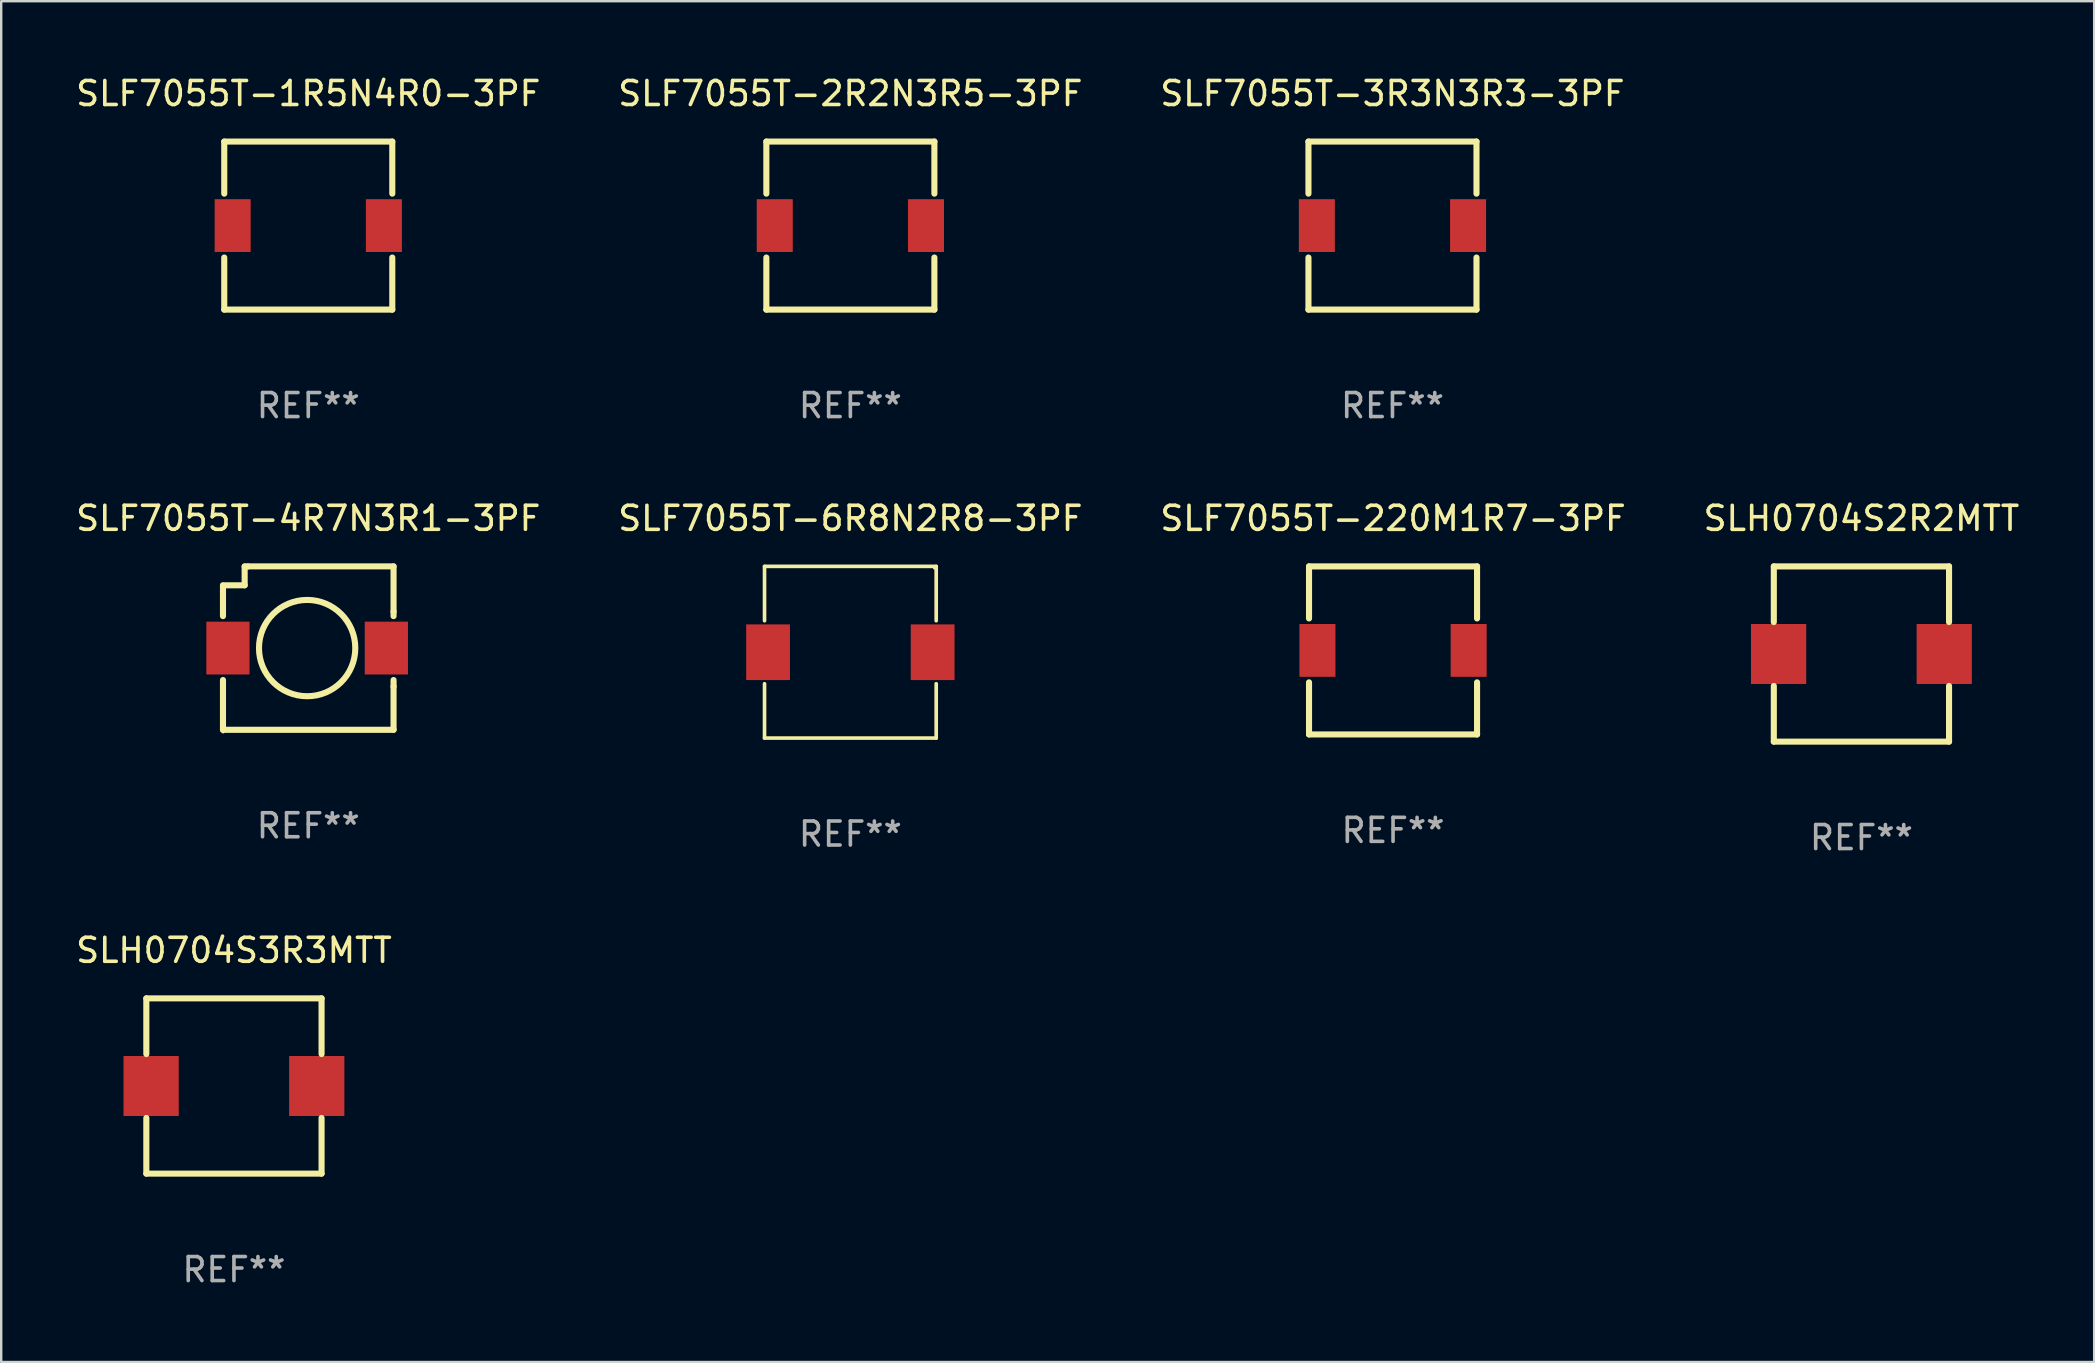
<source format=kicad_pcb>
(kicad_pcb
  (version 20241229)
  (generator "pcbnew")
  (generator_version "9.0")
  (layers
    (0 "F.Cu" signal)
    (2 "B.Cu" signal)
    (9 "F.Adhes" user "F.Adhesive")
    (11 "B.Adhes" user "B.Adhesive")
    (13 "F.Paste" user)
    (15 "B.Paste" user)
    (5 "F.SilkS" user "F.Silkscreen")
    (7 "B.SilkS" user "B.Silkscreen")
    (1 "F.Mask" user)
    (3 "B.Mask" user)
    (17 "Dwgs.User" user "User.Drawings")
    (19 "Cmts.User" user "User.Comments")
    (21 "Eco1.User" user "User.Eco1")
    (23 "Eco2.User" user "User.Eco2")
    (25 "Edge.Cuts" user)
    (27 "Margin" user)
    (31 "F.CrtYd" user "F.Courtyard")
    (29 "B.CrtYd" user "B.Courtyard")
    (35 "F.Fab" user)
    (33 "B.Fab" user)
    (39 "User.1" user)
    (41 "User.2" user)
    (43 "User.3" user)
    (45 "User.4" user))
  (footprint "SLF7055T-6R8N2R8-3PF"
    (layer "F.Cu")
    (at 32.375 24.121)
    (property "Reference" "SLF7055T-6R8N2R8-3PF" (at 0 -5.576 0) (layer "F.SilkS") (effects (font (size 1 1) (thickness 0.15))))
    (attr through_hole)
    (fp_line (start -3.576 -3.576) (end 3.576 -3.576) (stroke (width 0.152) (type solid)) (layer "F.SilkS"))
    (fp_line (start -3.576 -1.312) (end -3.576 -3.576) (stroke (width 0.152) (type solid)) (layer "F.SilkS"))
    (fp_line (start -3.576 1.312) (end -3.576 3.576) (stroke (width 0.152) (type solid)) (layer "F.SilkS"))
    (fp_line (start -3.576 3.576) (end 3.576 3.576) (stroke (width 0.152) (type solid)) (layer "F.SilkS"))
    (fp_line (start 3.576 -3.576) (end 3.576 -1.312) (stroke (width 0.152) (type solid)) (layer "F.SilkS"))
    (fp_line (start 3.576 3.576) (end 3.576 1.312) (stroke (width 0.152) (type solid)) (layer "F.SilkS"))
    (fp_circle (center 3.5 -3.5) (end 3.53 -3.5) (stroke (width 0.06) (type solid)) (fill no) (layer "F.SilkS"))
    (fp_text user "REF**" (at 0 7.576 0) (layer "F.Fab") (effects (font (size 1 1) (thickness 0.15))))
    (pad "1" smd rect (at 3.428 0) (size 1.824 2.32) (layers "F.Cu" "F.Mask" "F.Paste"))
    (pad "2" smd rect (at -3.428 0) (size 1.824 2.32) (layers "F.Cu" "F.Mask" "F.Paste")))
  (footprint "SLH0704S3R3MTT"
    (layer "F.Cu")
    (at 6.696 42.191)
    (property "Reference" "SLH0704S3R3MTT" (at 0 -5.65 0) (layer "F.SilkS") (effects (font (size 1 1) (thickness 0.15))))
    (attr through_hole)
    (fp_line (start -3.65 -3.65) (end 3.65 -3.65) (stroke (width 0.254) (type solid)) (layer "F.SilkS"))
    (fp_line (start -3.65 -1.331) (end -3.65 -3.65) (stroke (width 0.254) (type solid)) (layer "F.SilkS"))
    (fp_line (start -3.65 3.65) (end -3.65 1.331) (stroke (width 0.254) (type solid)) (layer "F.SilkS"))
    (fp_line (start 3.65 -3.65) (end 3.65 -1.331) (stroke (width 0.254) (type solid)) (layer "F.SilkS"))
    (fp_line (start 3.65 1.331) (end 3.65 3.65) (stroke (width 0.254) (type solid)) (layer "F.SilkS"))
    (fp_line (start 3.65 3.65) (end -3.65 3.65) (stroke (width 0.254) (type solid)) (layer "F.SilkS"))
    (fp_circle (center -3.65 3.65) (end -3.62 3.65) (stroke (width 0.06) (type solid)) (fill no) (layer "F.SilkS"))
    (fp_text user "REF**" (at 0 7.65 0) (layer "F.Fab") (effects (font (size 1 1) (thickness 0.15))))
    (pad "1" smd rect (at -3.45 0) (size 2.3 2.5) (layers "F.Cu" "F.Mask" "F.Paste"))
    (pad "2" smd rect (at 3.45 0) (size 2.3 2.5) (layers "F.Cu" "F.Mask" "F.Paste")))
  (footprint "SLF7055T-3R3N3R3-3PF"
    (layer "F.Cu")
    (at 54.958 6.348)
    (property "Reference" "SLF7055T-3R3N3R3-3PF" (at 0 -5.5 0) (layer "F.SilkS") (effects (font (size 1 1) (thickness 0.15))))
    (attr through_hole)
    (fp_line (start -3.5 -3.5) (end -3.5 -1.331) (stroke (width 0.254) (type solid)) (layer "F.SilkS"))
    (fp_line (start -3.5 -3.5) (end 3.5 -3.5) (stroke (width 0.254) (type solid)) (layer "F.SilkS"))
    (fp_line (start -3.5 1.331) (end -3.5 3.5) (stroke (width 0.254) (type solid)) (layer "F.SilkS"))
    (fp_line (start -3.5 3.5) (end 3.5 3.5) (stroke (width 0.254) (type solid)) (layer "F.SilkS"))
    (fp_line (start 3.5 -1.331) (end 3.5 -3.5) (stroke (width 0.254) (type solid)) (layer "F.SilkS"))
    (fp_line (start 3.5 3.5) (end 3.5 1.331) (stroke (width 0.254) (type solid)) (layer "F.SilkS"))
    (fp_circle (center -3.5 3.5) (end -3.47 3.5) (stroke (width 0.06) (type solid)) (fill no) (layer "F.SilkS"))
    (fp_text user "REF**" (at 0 7.5 0) (layer "F.Fab") (effects (font (size 1 1) (thickness 0.15))))
    (pad "1" smd rect (at -3.15 0 270) (size 2.2 1.5) (layers "F.Cu" "F.Mask" "F.Paste"))
    (pad "2" smd rect (at 3.15 0 270) (size 2.2 1.5) (layers "F.Cu" "F.Mask" "F.Paste")))
  (footprint "SLH0704S2R2MTT"
    (layer "F.Cu")
    (at 74.494 24.195)
    (property "Reference" "SLH0704S2R2MTT" (at 0 -5.65 0) (layer "F.SilkS") (effects (font (size 1 1) (thickness 0.15))))
    (attr through_hole)
    (fp_line (start -3.65 -3.65) (end 3.65 -3.65) (stroke (width 0.254) (type solid)) (layer "F.SilkS"))
    (fp_line (start -3.65 -1.331) (end -3.65 -3.65) (stroke (width 0.254) (type solid)) (layer "F.SilkS"))
    (fp_line (start -3.65 3.65) (end -3.65 1.331) (stroke (width 0.254) (type solid)) (layer "F.SilkS"))
    (fp_line (start 3.65 -3.65) (end 3.65 -1.331) (stroke (width 0.254) (type solid)) (layer "F.SilkS"))
    (fp_line (start 3.65 1.331) (end 3.65 3.65) (stroke (width 0.254) (type solid)) (layer "F.SilkS"))
    (fp_line (start 3.65 3.65) (end -3.65 3.65) (stroke (width 0.254) (type solid)) (layer "F.SilkS"))
    (fp_circle (center -3.65 3.65) (end -3.62 3.65) (stroke (width 0.06) (type solid)) (fill no) (layer "F.SilkS"))
    (fp_text user "REF**" (at 0 7.65 0) (layer "F.Fab") (effects (font (size 1 1) (thickness 0.15))))
    (pad "1" smd rect (at -3.45 0) (size 2.3 2.5) (layers "F.Cu" "F.Mask" "F.Paste"))
    (pad "2" smd rect (at 3.45 0) (size 2.3 2.5) (layers "F.Cu" "F.Mask" "F.Paste")))
  (footprint "SLF7055T-220M1R7-3PF"
    (layer "F.Cu")
    (at 54.982 24.045)
    (property "Reference" "SLF7055T-220M1R7-3PF" (at 0 -5.5 0) (layer "F.SilkS") (effects (font (size 1 1) (thickness 0.15))))
    (attr through_hole)
    (fp_line (start -3.5 -3.5) (end -3.5 -1.331) (stroke (width 0.254) (type solid)) (layer "F.SilkS"))
    (fp_line (start -3.5 -3.5) (end 3.5 -3.5) (stroke (width 0.254) (type solid)) (layer "F.SilkS"))
    (fp_line (start -3.5 1.331) (end -3.5 3.5) (stroke (width 0.254) (type solid)) (layer "F.SilkS"))
    (fp_line (start -3.5 3.5) (end 3.5 3.5) (stroke (width 0.254) (type solid)) (layer "F.SilkS"))
    (fp_line (start 3.5 -1.331) (end 3.5 -3.5) (stroke (width 0.254) (type solid)) (layer "F.SilkS"))
    (fp_line (start 3.5 3.5) (end 3.5 1.331) (stroke (width 0.254) (type solid)) (layer "F.SilkS"))
    (fp_circle (center -3.5 3.5) (end -3.47 3.5) (stroke (width 0.06) (type solid)) (fill no) (layer "F.SilkS"))
    (fp_text user "REF**" (at 0 7.5 0) (layer "F.Fab") (effects (font (size 1 1) (thickness 0.15))))
    (pad "1" smd rect (at -3.15 0 270) (size 2.2 1.5) (layers "F.Cu" "F.Mask" "F.Paste"))
    (pad "2" smd rect (at 3.15 0 270) (size 2.2 1.5) (layers "F.Cu" "F.Mask" "F.Paste")))
  (footprint "SLF7055T-2R2N3R5-3PF"
    (layer "F.Cu")
    (at 32.375 6.348)
    (property "Reference" "SLF7055T-2R2N3R5-3PF" (at 0 -5.5 0) (layer "F.SilkS") (effects (font (size 1 1) (thickness 0.15))))
    (attr through_hole)
    (fp_line (start -3.5 -3.5) (end -3.5 -1.331) (stroke (width 0.254) (type solid)) (layer "F.SilkS"))
    (fp_line (start -3.5 -3.5) (end 3.5 -3.5) (stroke (width 0.254) (type solid)) (layer "F.SilkS"))
    (fp_line (start -3.5 1.331) (end -3.5 3.5) (stroke (width 0.254) (type solid)) (layer "F.SilkS"))
    (fp_line (start -3.5 3.5) (end 3.5 3.5) (stroke (width 0.254) (type solid)) (layer "F.SilkS"))
    (fp_line (start 3.5 -1.331) (end 3.5 -3.5) (stroke (width 0.254) (type solid)) (layer "F.SilkS"))
    (fp_line (start 3.5 3.5) (end 3.5 1.331) (stroke (width 0.254) (type solid)) (layer "F.SilkS"))
    (fp_circle (center -3.5 3.5) (end -3.47 3.5) (stroke (width 0.06) (type solid)) (fill no) (layer "F.SilkS"))
    (fp_text user "REF**" (at 0 7.5 0) (layer "F.Fab") (effects (font (size 1 1) (thickness 0.15))))
    (pad "1" smd rect (at -3.15 0 270) (size 2.2 1.5) (layers "F.Cu" "F.Mask" "F.Paste"))
    (pad "2" smd rect (at 3.15 0 270) (size 2.2 1.5) (layers "F.Cu" "F.Mask" "F.Paste")))
  (footprint "SLF7055T-1R5N4R0-3PF"
    (layer "F.Cu")
    (at 9.792 6.348)
    (property "Reference" "SLF7055T-1R5N4R0-3PF" (at 0 -5.5 0) (layer "F.SilkS") (effects (font (size 1 1) (thickness 0.15))))
    (attr through_hole)
    (fp_line (start -3.5 -3.5) (end -3.5 -1.331) (stroke (width 0.254) (type solid)) (layer "F.SilkS"))
    (fp_line (start -3.5 -3.5) (end 3.5 -3.5) (stroke (width 0.254) (type solid)) (layer "F.SilkS"))
    (fp_line (start -3.5 1.331) (end -3.5 3.5) (stroke (width 0.254) (type solid)) (layer "F.SilkS"))
    (fp_line (start -3.5 3.5) (end 3.5 3.5) (stroke (width 0.254) (type solid)) (layer "F.SilkS"))
    (fp_line (start 3.5 -1.331) (end 3.5 -3.5) (stroke (width 0.254) (type solid)) (layer "F.SilkS"))
    (fp_line (start 3.5 3.5) (end 3.5 1.331) (stroke (width 0.254) (type solid)) (layer "F.SilkS"))
    (fp_circle (center -3.5 3.5) (end -3.47 3.5) (stroke (width 0.06) (type solid)) (fill no) (layer "F.SilkS"))
    (fp_text user "REF**" (at 0 7.5 0) (layer "F.Fab") (effects (font (size 1 1) (thickness 0.15))))
    (pad "1" smd rect (at -3.15 0 270) (size 2.2 1.5) (layers "F.Cu" "F.Mask" "F.Paste"))
    (pad "2" smd rect (at 3.15 0 270) (size 2.2 1.5) (layers "F.Cu" "F.Mask" "F.Paste")))
  (footprint "SLF7055T-4R7N3R1-3PF"
    (layer "F.Cu")
    (at 9.792 23.948)
    (property "Reference" "SLF7055T-4R7N3R1-3PF" (at 0 -5.404 0) (layer "F.SilkS") (effects (font (size 1 1) (thickness 0.15))))
    (attr through_hole)
    (fp_line (start -3.553 -2.362) (end -3.553 -2.6) (stroke (width 0.254) (type solid)) (layer "F.SilkS"))
    (fp_line (start -3.553 -2.362) (end -3.553 -1.331) (stroke (width 0.254) (type solid)) (layer "F.SilkS"))
    (fp_line (start -3.553 1.331) (end -3.553 1.651) (stroke (width 0.254) (type solid)) (layer "F.SilkS"))
    (fp_line (start -3.553 3.404) (end -3.553 1.651) (stroke (width 0.254) (type solid)) (layer "F.SilkS"))
    (fp_line (start -2.65 -3.4) (end -2.511 -3.4) (stroke (width 0.254) (type solid)) (layer "F.SilkS"))
    (fp_line (start -2.65 -2.616) (end -3.553 -2.616) (stroke (width 0.254) (type solid)) (layer "F.SilkS"))
    (fp_line (start -2.65 -2.616) (end -2.65 -3.4) (stroke (width 0.254) (type solid)) (layer "F.SilkS"))
    (fp_line (start -2.511 -3.404) (end 3.553 -3.404) (stroke (width 0.254) (type solid)) (layer "F.SilkS"))
    (fp_line (start 3.553 -3.4) (end 3.553 -1.524) (stroke (width 0.254) (type solid)) (layer "F.SilkS"))
    (fp_line (start 3.553 -1.331) (end 3.553 -1.524) (stroke (width 0.254) (type solid)) (layer "F.SilkS"))
    (fp_line (start 3.553 1.6) (end 3.553 1.331) (stroke (width 0.254) (type solid)) (layer "F.SilkS"))
    (fp_line (start 3.553 1.6) (end 3.553 3.404) (stroke (width 0.254) (type solid)) (layer "F.SilkS"))
    (fp_line (start 3.553 3.404) (end -3.553 3.404) (stroke (width 0.254) (type solid)) (layer "F.SilkS"))
    (fp_circle (center -3.547 3.5) (end -3.517 3.5) (stroke (width 0.06) (type solid)) (fill no) (layer "F.SilkS"))
    (fp_circle (center -0.047 0) (end 1.959 0) (stroke (width 0.254) (type solid)) (fill no) (layer "F.SilkS"))
    (fp_text user "REF**" (at 0 7.404 0) (layer "F.Fab") (effects (font (size 1 1) (thickness 0.15))))
    (pad "1" smd rect (at -3.347 0) (size 1.8 2.2) (layers "F.Cu" "F.Mask" "F.Paste"))
    (pad "2" smd rect (at 3.253 0) (size 1.8 2.2) (layers "F.Cu" "F.Mask" "F.Paste")))
  (gr_rect
    (start -3 -3)
    (end 84.19 53.69)
    (stroke (width 0.1) (type default))
    (fill no)
    (layer "Edge.Cuts")))
</source>
